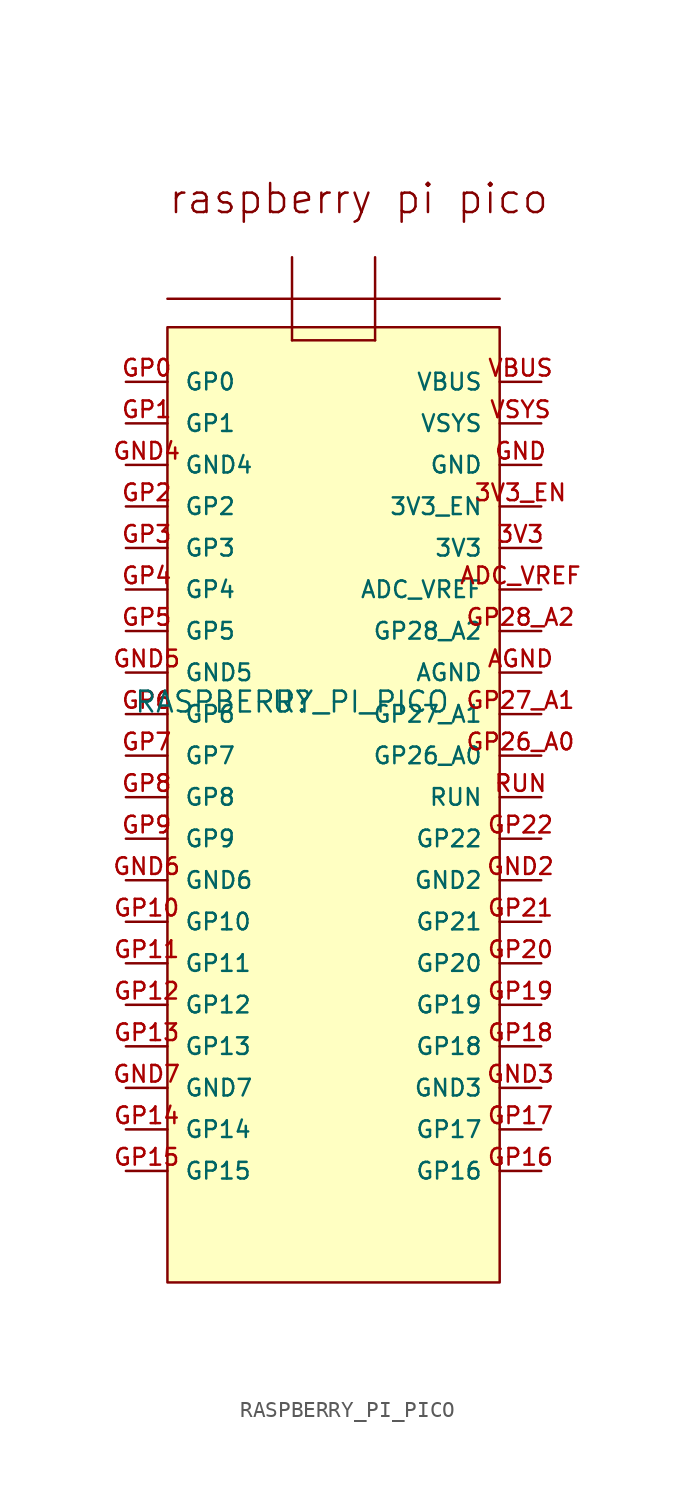
<source format=kicad_sym>
(kicad_symbol_lib
  (version 20211014)
  (generator kicad_symbol_editor)
  (symbol "RASPBERRY_PI_PICO"
    (pin_names
      (offset 1.016))
    (property "Reference" "U"
      (at 0 0 0)
      (effects (font (size 1.27 1.27)) (justify bottom)))
    (property "Value" "RASPBERRY_PI_PICO"
      (at 0 0.0 0)
      (effects (font (size 1.27 1.27)) (justify bottom)))
    (symbol "RASPBERRY_PI_PICO_0_0"
      (polyline (pts (xy 12.7 25.4) (xy -7.62 25.4)) (stroke (width 0.152)))
      (polyline (pts (xy 0.0 27.94) (xy 0.0 22.86)) (stroke (width 0.152)))
      (polyline (pts (xy 0.0 22.86) (xy 5.08 22.86)) (stroke (width 0.152)))
      (polyline (pts (xy 5.08 22.86) (xy 5.08 27.94)) (stroke (width 0.152)))
      (text "raspberry pi pico" (at -7.62 30.48 0) (effects (font (size 1.778 1.778)) (justify bottom left)))
      (rectangle (start -7.62 -34.76) (end 12.7 23.66) (stroke (width 0.152)) (fill (type background)))
      (pin bidirectional line (at 15.24 -27.94 180.0) (length 2.54) (name "GP16" (effects (font (size 1.016 1.016)))) (number "GP16" (effects (font (size 1.016 1.016)))))
      (pin bidirectional line (at 15.24 20.32 180.0) (length 2.54) (name "VBUS" (effects (font (size 1.016 1.016)))) (number "VBUS" (effects (font (size 1.016 1.016)))))
      (pin bidirectional line (at 15.24 17.78 180.0) (length 2.54) (name "VSYS" (effects (font (size 1.016 1.016)))) (number "VSYS" (effects (font (size 1.016 1.016)))))
      (pin bidirectional line (at 15.24 15.24 180.0) (length 2.54) (name "GND" (effects (font (size 1.016 1.016)))) (number "GND" (effects (font (size 1.016 1.016)))))
      (pin bidirectional line (at 15.24 12.7 180.0) (length 2.54) (name "3V3_EN" (effects (font (size 1.016 1.016)))) (number "3V3_EN" (effects (font (size 1.016 1.016)))))
      (pin bidirectional line (at 15.24 10.16 180.0) (length 2.54) (name "3V3" (effects (font (size 1.016 1.016)))) (number "3V3" (effects (font (size 1.016 1.016)))))
      (pin bidirectional line (at 15.24 7.62 180.0) (length 2.54) (name "ADC_VREF" (effects (font (size 1.016 1.016)))) (number "ADC_VREF" (effects (font (size 1.016 1.016)))))
      (pin bidirectional line (at 15.24 5.08 180.0) (length 2.54) (name "GP28_A2" (effects (font (size 1.016 1.016)))) (number "GP28_A2" (effects (font (size 1.016 1.016)))))
      (pin bidirectional line (at 15.24 2.54 180.0) (length 2.54) (name "AGND" (effects (font (size 1.016 1.016)))) (number "AGND" (effects (font (size 1.016 1.016)))))
      (pin bidirectional line (at 15.24 0.0 180.0) (length 2.54) (name "GP27_A1" (effects (font (size 1.016 1.016)))) (number "GP27_A1" (effects (font (size 1.016 1.016)))))
      (pin bidirectional line (at 15.24 -2.54 180.0) (length 2.54) (name "GP26_A0" (effects (font (size 1.016 1.016)))) (number "GP26_A0" (effects (font (size 1.016 1.016)))))
      (pin bidirectional line (at 15.24 -5.08 180.0) (length 2.54) (name "RUN" (effects (font (size 1.016 1.016)))) (number "RUN" (effects (font (size 1.016 1.016)))))
      (pin bidirectional line (at 15.24 -7.62 180.0) (length 2.54) (name "GP22" (effects (font (size 1.016 1.016)))) (number "GP22" (effects (font (size 1.016 1.016)))))
      (pin bidirectional line (at 15.24 -10.16 180.0) (length 2.54) (name "GND2" (effects (font (size 1.016 1.016)))) (number "GND2" (effects (font (size 1.016 1.016)))))
      (pin bidirectional line (at 15.24 -12.7 180.0) (length 2.54) (name "GP21" (effects (font (size 1.016 1.016)))) (number "GP21" (effects (font (size 1.016 1.016)))))
      (pin bidirectional line (at 15.24 -15.24 180.0) (length 2.54) (name "GP20" (effects (font (size 1.016 1.016)))) (number "GP20" (effects (font (size 1.016 1.016)))))
      (pin bidirectional line (at 15.24 -17.78 180.0) (length 2.54) (name "GP19" (effects (font (size 1.016 1.016)))) (number "GP19" (effects (font (size 1.016 1.016)))))
      (pin bidirectional line (at 15.24 -20.32 180.0) (length 2.54) (name "GP18" (effects (font (size 1.016 1.016)))) (number "GP18" (effects (font (size 1.016 1.016)))))
      (pin bidirectional line (at 15.24 -22.86 180.0) (length 2.54) (name "GND3" (effects (font (size 1.016 1.016)))) (number "GND3" (effects (font (size 1.016 1.016)))))
      (pin bidirectional line (at 15.24 -25.4 180.0) (length 2.54) (name "GP17" (effects (font (size 1.016 1.016)))) (number "GP17" (effects (font (size 1.016 1.016)))))
      (pin bidirectional line (at -10.16 -27.94 0) (length 2.54) (name "GP15" (effects (font (size 1.016 1.016)))) (number "GP15" (effects (font (size 1.016 1.016)))))
      (pin bidirectional line (at -10.16 -25.4 0) (length 2.54) (name "GP14" (effects (font (size 1.016 1.016)))) (number "GP14" (effects (font (size 1.016 1.016)))))
      (pin bidirectional line (at -10.16 -22.86 0) (length 2.54) (name "GND7" (effects (font (size 1.016 1.016)))) (number "GND7" (effects (font (size 1.016 1.016)))))
      (pin bidirectional line (at -10.16 -20.32 0) (length 2.54) (name "GP13" (effects (font (size 1.016 1.016)))) (number "GP13" (effects (font (size 1.016 1.016)))))
      (pin bidirectional line (at -10.16 -17.78 0) (length 2.54) (name "GP12" (effects (font (size 1.016 1.016)))) (number "GP12" (effects (font (size 1.016 1.016)))))
      (pin bidirectional line (at -10.16 -15.24 0) (length 2.54) (name "GP11" (effects (font (size 1.016 1.016)))) (number "GP11" (effects (font (size 1.016 1.016)))))
      (pin bidirectional line (at -10.16 -12.7 0) (length 2.54) (name "GP10" (effects (font (size 1.016 1.016)))) (number "GP10" (effects (font (size 1.016 1.016)))))
      (pin bidirectional line (at -10.16 -10.16 0) (length 2.54) (name "GND6" (effects (font (size 1.016 1.016)))) (number "GND6" (effects (font (size 1.016 1.016)))))
      (pin bidirectional line (at -10.16 -7.62 0) (length 2.54) (name "GP9" (effects (font (size 1.016 1.016)))) (number "GP9" (effects (font (size 1.016 1.016)))))
      (pin bidirectional line (at -10.16 -5.08 0) (length 2.54) (name "GP8" (effects (font (size 1.016 1.016)))) (number "GP8" (effects (font (size 1.016 1.016)))))
      (pin bidirectional line (at -10.16 -2.54 0) (length 2.54) (name "GP7" (effects (font (size 1.016 1.016)))) (number "GP7" (effects (font (size 1.016 1.016)))))
      (pin bidirectional line (at -10.16 0.0 0) (length 2.54) (name "GP6" (effects (font (size 1.016 1.016)))) (number "GP6" (effects (font (size 1.016 1.016)))))
      (pin bidirectional line (at -10.16 2.54 0) (length 2.54) (name "GND5" (effects (font (size 1.016 1.016)))) (number "GND5" (effects (font (size 1.016 1.016)))))
      (pin bidirectional line (at -10.16 5.08 0) (length 2.54) (name "GP5" (effects (font (size 1.016 1.016)))) (number "GP5" (effects (font (size 1.016 1.016)))))
      (pin bidirectional line (at -10.16 7.62 0) (length 2.54) (name "GP4" (effects (font (size 1.016 1.016)))) (number "GP4" (effects (font (size 1.016 1.016)))))
      (pin bidirectional line (at -10.16 10.16 0) (length 2.54) (name "GP3" (effects (font (size 1.016 1.016)))) (number "GP3" (effects (font (size 1.016 1.016)))))
      (pin bidirectional line (at -10.16 12.7 0) (length 2.54) (name "GP2" (effects (font (size 1.016 1.016)))) (number "GP2" (effects (font (size 1.016 1.016)))))
      (pin bidirectional line (at -10.16 15.24 0) (length 2.54) (name "GND4" (effects (font (size 1.016 1.016)))) (number "GND4" (effects (font (size 1.016 1.016)))))
      (pin bidirectional line (at -10.16 17.78 0) (length 2.54) (name "GP1" (effects (font (size 1.016 1.016)))) (number "GP1" (effects (font (size 1.016 1.016)))))
      (pin bidirectional line (at -10.16 20.32 0) (length 2.54) (name "GP0" (effects (font (size 1.016 1.016)))) (number "GP0" (effects (font (size 1.016 1.016))))))))
</source>
